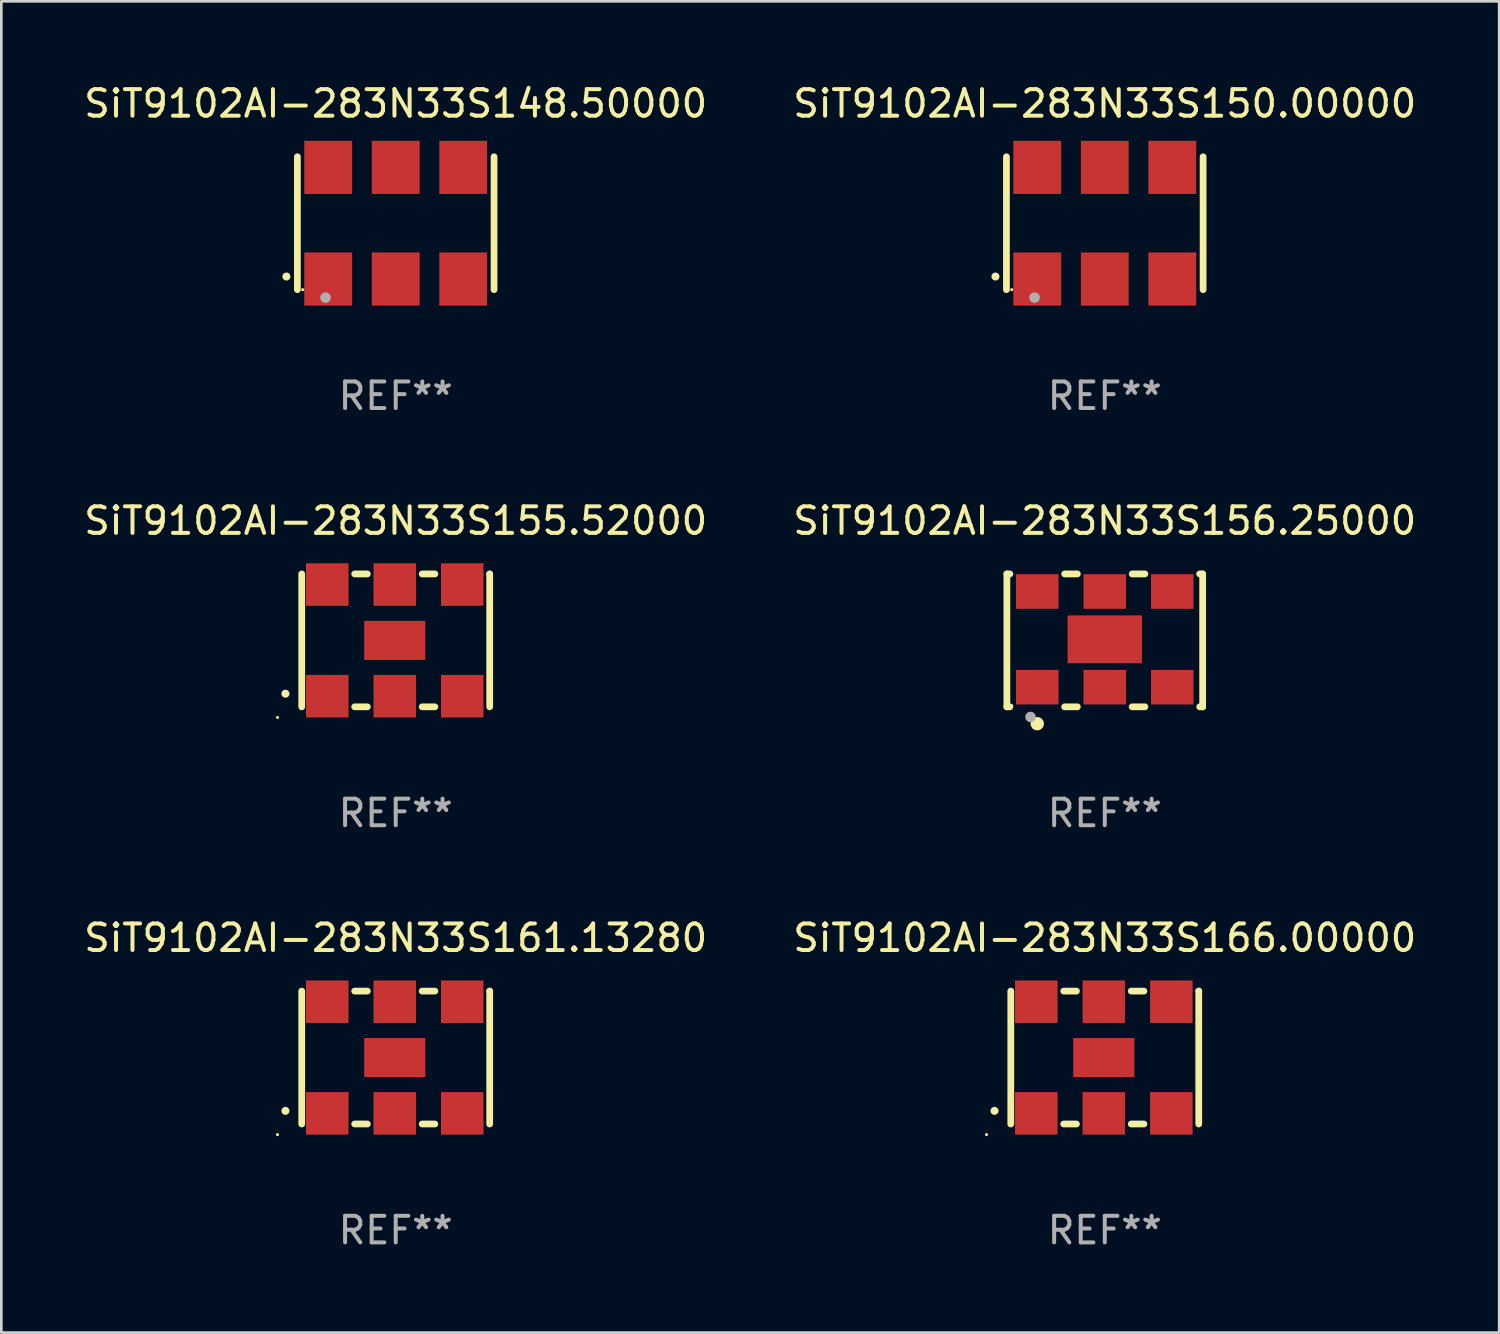
<source format=kicad_pcb>
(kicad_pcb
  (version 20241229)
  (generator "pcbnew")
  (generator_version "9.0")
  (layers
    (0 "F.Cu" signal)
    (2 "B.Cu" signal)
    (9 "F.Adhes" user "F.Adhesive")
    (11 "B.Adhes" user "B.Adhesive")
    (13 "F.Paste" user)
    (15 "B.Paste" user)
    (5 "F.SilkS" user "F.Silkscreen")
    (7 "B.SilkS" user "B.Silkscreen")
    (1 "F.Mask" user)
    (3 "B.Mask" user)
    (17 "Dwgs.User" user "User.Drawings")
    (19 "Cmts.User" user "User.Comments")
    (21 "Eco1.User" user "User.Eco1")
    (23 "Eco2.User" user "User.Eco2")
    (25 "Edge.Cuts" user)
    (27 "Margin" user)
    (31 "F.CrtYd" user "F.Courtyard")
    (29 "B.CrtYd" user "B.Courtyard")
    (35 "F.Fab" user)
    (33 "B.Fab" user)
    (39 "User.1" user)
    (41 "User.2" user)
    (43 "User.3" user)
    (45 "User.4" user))
  (footprint "SiT9102AI-283N33S161.13280"
    (layer "F.Cu")
    (at 11.839 36.741)
    (property "Reference" "SiT9102AI-283N33S161.13280" (at 0 -4.5 0) (layer "F.SilkS") (effects (font (size 1 1) (thickness 0.15))))
    (attr through_hole)
    (fp_line (start -3.536 -2.5) (end -3.536 2.5) (stroke (width 0.254) (type solid)) (layer "F.SilkS"))
    (fp_line (start -1.544 2.5) (end -1.067 2.5) (stroke (width 0.254) (type solid)) (layer "F.SilkS"))
    (fp_line (start -1.067 -2.5) (end -1.544 -2.5) (stroke (width 0.254) (type solid)) (layer "F.SilkS"))
    (fp_line (start 0.996 2.5) (end 1.473 2.5) (stroke (width 0.254) (type solid)) (layer "F.SilkS"))
    (fp_line (start 1.473 -2.5) (end 0.996 -2.5) (stroke (width 0.254) (type solid)) (layer "F.SilkS"))
    (fp_line (start 3.536 -2.5) (end 3.536 -2.5) (stroke (width 0.254) (type solid)) (layer "F.SilkS"))
    (fp_line (start 3.536 2.5) (end 3.536 -2.5) (stroke (width 0.254) (type solid)) (layer "F.SilkS"))
    (fp_arc (start -4.150432 2.006604) (mid -4.149162 2.006599) (end -4.147892 2.006604) (stroke (width 0.3) (type solid)) (layer "F.SilkS"))
    (fp_circle (center -4.449 2.9) (end -4.419 2.9) (stroke (width 0.06) (type solid)) (fill no) (layer "F.SilkS"))
    (fp_text user "REF**" (at 0 6.5 0) (layer "F.Fab") (effects (font (size 1 1) (thickness 0.15))))
    (pad "1" smd rect (at -2.576 2.1) (size 1.6 1.6) (layers "F.Cu" "F.Mask" "F.Paste"))
    (pad "2" smd rect (at -0.036 2.1) (size 1.6 1.6) (layers "F.Cu" "F.Mask" "F.Paste"))
    (pad "3" smd rect (at 2.504 2.1) (size 1.6 1.6) (layers "F.Cu" "F.Mask" "F.Paste"))
    (pad "4" smd rect (at 2.504 -2.1) (size 1.6 1.6) (layers "F.Cu" "F.Mask" "F.Paste"))
    (pad "5" smd rect (at -0.036 -2.1) (size 1.6 1.6) (layers "F.Cu" "F.Mask" "F.Paste"))
    (pad "6" smd rect (at -2.576 -2.1) (size 1.6 1.6) (layers "F.Cu" "F.Mask" "F.Paste"))
    (pad "7" smd rect (at -0.036 0) (size 2.3 1.47) (layers "F.Cu" "F.Mask" "F.Paste")))
  (footprint "SiT9102AI-283N33S148.50000"
    (layer "F.Cu")
    (at 11.839 5.348)
    (property "Reference" "SiT9102AI-283N33S148.50000" (at 0 -4.5 0) (layer "F.SilkS") (effects (font (size 1 1) (thickness 0.15))))
    (attr through_hole)
    (fp_line (start -3.7 -2.5) (end -3.7 2.5) (stroke (width 0.254) (type solid)) (layer "F.SilkS"))
    (fp_line (start 3.7 -2.5) (end 3.7 2.5) (stroke (width 0.254) (type solid)) (layer "F.SilkS"))
    (fp_arc (start -4.114415 2.006604) (mid -4.113145 2.006599) (end -4.111875 2.006604) (stroke (width 0.3) (type solid)) (layer "F.SilkS"))
    (fp_circle (center -3.5 2.501) (end -3.47 2.501) (stroke (width 0.06) (type solid)) (fill no) (layer "F.SilkS"))
    (fp_circle (center -2.641 2.799) (end -2.541 2.799) (stroke (width 0.2) (type solid)) (fill no) (layer "F.Fab"))
    (fp_text user "REF**" (at 0 6.5 0) (layer "F.Fab") (effects (font (size 1 1) (thickness 0.15))))
    (pad "1" smd rect (at -2.54 2.1) (size 1.8 2) (layers "F.Cu" "F.Mask" "F.Paste"))
    (pad "2" smd rect (at 0.000394 2.1) (size 1.8 2) (layers "F.Cu" "F.Mask" "F.Paste"))
    (pad "3" smd rect (at 2.54 2.1) (size 1.8 2) (layers "F.Cu" "F.Mask" "F.Paste"))
    (pad "4" smd rect (at 2.54 -2.1) (size 1.8 2) (layers "F.Cu" "F.Mask" "F.Paste"))
    (pad "5" smd rect (at 0.000394 -2.1) (size 1.8 2) (layers "F.Cu" "F.Mask" "F.Paste"))
    (pad "6" smd rect (at -2.54 -2.1) (size 1.8 2) (layers "F.Cu" "F.Mask" "F.Paste")))
  (footprint "SiT9102AI-283N33S166.00000"
    (layer "F.Cu")
    (at 38.518 36.741)
    (property "Reference" "SiT9102AI-283N33S166.00000" (at 0 -4.5 0) (layer "F.SilkS") (effects (font (size 1 1) (thickness 0.15))))
    (attr through_hole)
    (fp_line (start -3.536 -2.5) (end -3.536 2.5) (stroke (width 0.254) (type solid)) (layer "F.SilkS"))
    (fp_line (start -1.544 2.5) (end -1.067 2.5) (stroke (width 0.254) (type solid)) (layer "F.SilkS"))
    (fp_line (start -1.067 -2.5) (end -1.544 -2.5) (stroke (width 0.254) (type solid)) (layer "F.SilkS"))
    (fp_line (start 0.996 2.5) (end 1.473 2.5) (stroke (width 0.254) (type solid)) (layer "F.SilkS"))
    (fp_line (start 1.473 -2.5) (end 0.996 -2.5) (stroke (width 0.254) (type solid)) (layer "F.SilkS"))
    (fp_line (start 3.536 -2.5) (end 3.536 -2.5) (stroke (width 0.254) (type solid)) (layer "F.SilkS"))
    (fp_line (start 3.536 2.5) (end 3.536 -2.5) (stroke (width 0.254) (type solid)) (layer "F.SilkS"))
    (fp_arc (start -4.150432 2.006604) (mid -4.149162 2.006599) (end -4.147892 2.006604) (stroke (width 0.3) (type solid)) (layer "F.SilkS"))
    (fp_circle (center -4.449 2.9) (end -4.419 2.9) (stroke (width 0.06) (type solid)) (fill no) (layer "F.SilkS"))
    (fp_text user "REF**" (at 0 6.5 0) (layer "F.Fab") (effects (font (size 1 1) (thickness 0.15))))
    (pad "1" smd rect (at -2.576 2.1) (size 1.6 1.6) (layers "F.Cu" "F.Mask" "F.Paste"))
    (pad "2" smd rect (at -0.036 2.1) (size 1.6 1.6) (layers "F.Cu" "F.Mask" "F.Paste"))
    (pad "3" smd rect (at 2.504 2.1) (size 1.6 1.6) (layers "F.Cu" "F.Mask" "F.Paste"))
    (pad "4" smd rect (at 2.504 -2.1) (size 1.6 1.6) (layers "F.Cu" "F.Mask" "F.Paste"))
    (pad "5" smd rect (at -0.036 -2.1) (size 1.6 1.6) (layers "F.Cu" "F.Mask" "F.Paste"))
    (pad "6" smd rect (at -2.576 -2.1) (size 1.6 1.6) (layers "F.Cu" "F.Mask" "F.Paste"))
    (pad "7" smd rect (at -0.036 0) (size 2.3 1.47) (layers "F.Cu" "F.Mask" "F.Paste")))
  (footprint "SiT9102AI-283N33S155.52000"
    (layer "F.Cu")
    (at 11.839 21.045)
    (property "Reference" "SiT9102AI-283N33S155.52000" (at 0 -4.5 0) (layer "F.SilkS") (effects (font (size 1 1) (thickness 0.15))))
    (attr through_hole)
    (fp_line (start -3.536 -2.5) (end -3.536 2.5) (stroke (width 0.254) (type solid)) (layer "F.SilkS"))
    (fp_line (start -1.544 2.5) (end -1.067 2.5) (stroke (width 0.254) (type solid)) (layer "F.SilkS"))
    (fp_line (start -1.067 -2.5) (end -1.544 -2.5) (stroke (width 0.254) (type solid)) (layer "F.SilkS"))
    (fp_line (start 0.996 2.5) (end 1.473 2.5) (stroke (width 0.254) (type solid)) (layer "F.SilkS"))
    (fp_line (start 1.473 -2.5) (end 0.996 -2.5) (stroke (width 0.254) (type solid)) (layer "F.SilkS"))
    (fp_line (start 3.536 -2.5) (end 3.536 -2.5) (stroke (width 0.254) (type solid)) (layer "F.SilkS"))
    (fp_line (start 3.536 2.5) (end 3.536 -2.5) (stroke (width 0.254) (type solid)) (layer "F.SilkS"))
    (fp_arc (start -4.150432 2.006604) (mid -4.149162 2.006599) (end -4.147892 2.006604) (stroke (width 0.3) (type solid)) (layer "F.SilkS"))
    (fp_circle (center -4.449 2.9) (end -4.419 2.9) (stroke (width 0.06) (type solid)) (fill no) (layer "F.SilkS"))
    (fp_text user "REF**" (at 0 6.5 0) (layer "F.Fab") (effects (font (size 1 1) (thickness 0.15))))
    (pad "1" smd rect (at -2.576 2.1) (size 1.6 1.6) (layers "F.Cu" "F.Mask" "F.Paste"))
    (pad "2" smd rect (at -0.036 2.1) (size 1.6 1.6) (layers "F.Cu" "F.Mask" "F.Paste"))
    (pad "3" smd rect (at 2.504 2.1) (size 1.6 1.6) (layers "F.Cu" "F.Mask" "F.Paste"))
    (pad "4" smd rect (at 2.504 -2.1) (size 1.6 1.6) (layers "F.Cu" "F.Mask" "F.Paste"))
    (pad "5" smd rect (at -0.036 -2.1) (size 1.6 1.6) (layers "F.Cu" "F.Mask" "F.Paste"))
    (pad "6" smd rect (at -2.576 -2.1) (size 1.6 1.6) (layers "F.Cu" "F.Mask" "F.Paste"))
    (pad "7" smd rect (at -0.036 0) (size 2.3 1.47) (layers "F.Cu" "F.Mask" "F.Paste")))
  (footprint "SiT9102AI-283N33S150.00000"
    (layer "F.Cu")
    (at 38.518 5.348)
    (property "Reference" "SiT9102AI-283N33S150.00000" (at 0 -4.5 0) (layer "F.SilkS") (effects (font (size 1 1) (thickness 0.15))))
    (attr through_hole)
    (fp_line (start -3.7 -2.5) (end -3.7 2.5) (stroke (width 0.254) (type solid)) (layer "F.SilkS"))
    (fp_line (start 3.7 -2.5) (end 3.7 2.5) (stroke (width 0.254) (type solid)) (layer "F.SilkS"))
    (fp_arc (start -4.114415 2.006604) (mid -4.113145 2.006599) (end -4.111875 2.006604) (stroke (width 0.3) (type solid)) (layer "F.SilkS"))
    (fp_circle (center -3.5 2.501) (end -3.47 2.501) (stroke (width 0.06) (type solid)) (fill no) (layer "F.SilkS"))
    (fp_circle (center -2.641 2.799) (end -2.541 2.799) (stroke (width 0.2) (type solid)) (fill no) (layer "F.Fab"))
    (fp_text user "REF**" (at 0 6.5 0) (layer "F.Fab") (effects (font (size 1 1) (thickness 0.15))))
    (pad "1" smd rect (at -2.54 2.1) (size 1.8 2) (layers "F.Cu" "F.Mask" "F.Paste"))
    (pad "2" smd rect (at 0.000394 2.1) (size 1.8 2) (layers "F.Cu" "F.Mask" "F.Paste"))
    (pad "3" smd rect (at 2.54 2.1) (size 1.8 2) (layers "F.Cu" "F.Mask" "F.Paste"))
    (pad "4" smd rect (at 2.54 -2.1) (size 1.8 2) (layers "F.Cu" "F.Mask" "F.Paste"))
    (pad "5" smd rect (at 0.000394 -2.1) (size 1.8 2) (layers "F.Cu" "F.Mask" "F.Paste"))
    (pad "6" smd rect (at -2.54 -2.1) (size 1.8 2) (layers "F.Cu" "F.Mask" "F.Paste")))
  (footprint "SiT9102AI-283N33S156.25000"
    (layer "F.Cu")
    (at 38.518 21.045)
    (property "Reference" "SiT9102AI-283N33S156.25000" (at 0 -4.5 0) (layer "F.SilkS") (effects (font (size 1 1) (thickness 0.15))))
    (attr through_hole)
    (fp_line (start -3.683 -2.5) (end -3.571 -2.5) (stroke (width 0.254) (type solid)) (layer "F.SilkS"))
    (fp_line (start -3.683 2.5) (end -3.683 -2.5) (stroke (width 0.254) (type solid)) (layer "F.SilkS"))
    (fp_line (start -3.683 2.5) (end -3.571 2.5) (stroke (width 0.254) (type solid)) (layer "F.SilkS"))
    (fp_line (start -1.509 -2.5) (end -1.031 -2.5) (stroke (width 0.254) (type solid)) (layer "F.SilkS"))
    (fp_line (start -1.509 2.5) (end -1.031 2.5) (stroke (width 0.254) (type solid)) (layer "F.SilkS"))
    (fp_line (start 1.031 -2.5) (end 1.509 -2.5) (stroke (width 0.254) (type solid)) (layer "F.SilkS"))
    (fp_line (start 1.031 2.5) (end 1.509 2.5) (stroke (width 0.254) (type solid)) (layer "F.SilkS"))
    (fp_line (start 3.571 -2.5) (end 3.683 -2.5) (stroke (width 0.254) (type solid)) (layer "F.SilkS"))
    (fp_line (start 3.571 2.5) (end 3.683 2.5) (stroke (width 0.254) (type solid)) (layer "F.SilkS"))
    (fp_line (start 3.683 2.5) (end 3.683 -2.5) (stroke (width 0.254) (type solid)) (layer "F.SilkS"))
    (fp_circle (center -3.5 2.46) (end -3.47 2.46) (stroke (width 0.06) (type solid)) (fill no) (layer "F.SilkS"))
    (fp_circle (center -2.54 3.135) (end -2.413 3.135) (stroke (width 0.254) (type solid)) (fill no) (layer "F.SilkS"))
    (fp_circle (center -2.794 2.881) (end -2.694 2.881) (stroke (width 0.2) (type solid)) (fill no) (layer "F.Fab"))
    (fp_text user "REF**" (at 0 6.5 0) (layer "F.Fab") (effects (font (size 1 1) (thickness 0.15))))
    (pad "1" smd rect (at -2.54 1.76) (size 1.6 1.3) (layers "F.Cu" "F.Mask" "F.Paste"))
    (pad "2" smd rect (at 0 1.76) (size 1.6 1.3) (layers "F.Cu" "F.Mask" "F.Paste"))
    (pad "3" smd rect (at 2.54 1.76) (size 1.6 1.3) (layers "F.Cu" "F.Mask" "F.Paste"))
    (pad "4" smd rect (at 2.54 -1.84) (size 1.6 1.3) (layers "F.Cu" "F.Mask" "F.Paste"))
    (pad "5" smd rect (at 0 -1.84) (size 1.6 1.3) (layers "F.Cu" "F.Mask" "F.Paste"))
    (pad "6" smd rect (at -2.54 -1.84) (size 1.6 1.3) (layers "F.Cu" "F.Mask" "F.Paste"))
    (pad "7" smd rect (at 0 -0.04) (size 2.8 1.8) (layers "F.Cu" "F.Mask" "F.Paste")))
  (gr_rect
    (start -3 -3)
    (end 53.357 47.09)
    (stroke (width 0.1) (type default))
    (fill no)
    (layer "Edge.Cuts")))
</source>
